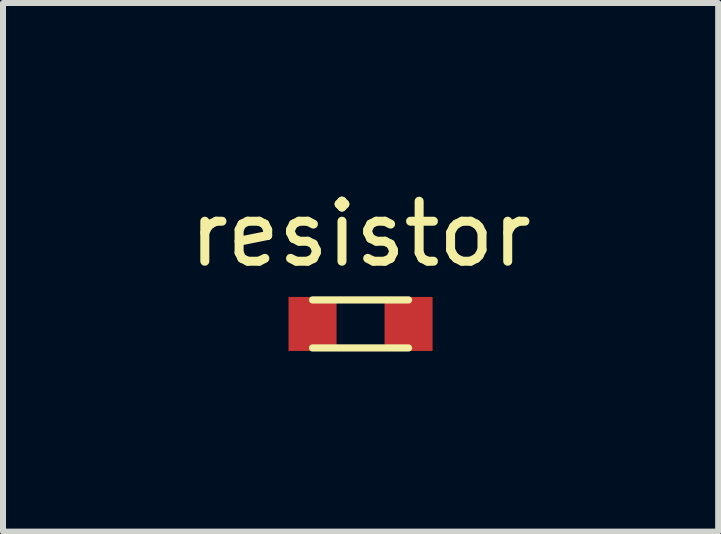
<source format=kicad_pcb>
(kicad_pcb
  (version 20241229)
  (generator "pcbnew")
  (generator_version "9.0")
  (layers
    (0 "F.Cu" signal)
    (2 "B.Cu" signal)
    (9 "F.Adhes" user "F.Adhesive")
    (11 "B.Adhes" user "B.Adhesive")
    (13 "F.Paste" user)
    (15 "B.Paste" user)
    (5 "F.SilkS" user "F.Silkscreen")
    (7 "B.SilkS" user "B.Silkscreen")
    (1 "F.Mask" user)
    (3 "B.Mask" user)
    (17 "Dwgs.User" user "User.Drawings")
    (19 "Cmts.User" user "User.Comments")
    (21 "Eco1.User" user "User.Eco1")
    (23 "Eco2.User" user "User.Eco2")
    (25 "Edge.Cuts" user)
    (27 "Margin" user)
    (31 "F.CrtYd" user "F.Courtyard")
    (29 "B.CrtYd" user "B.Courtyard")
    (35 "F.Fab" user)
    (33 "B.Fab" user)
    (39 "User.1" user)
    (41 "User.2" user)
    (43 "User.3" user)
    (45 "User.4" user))
  (footprint "resistor"
    (layer "F.Cu")
    (at 2.958 2.348)
    (property "Reference" "resistor" (at 0 -1.5 0) (layer "F.SilkS") (effects (font (size 1 1) (thickness 0.15))))
    (attr through_hole)
    (fp_line (start -0.8 -0.4) (end 0.8 -0.4) (stroke (width 0.12) (type solid)) (layer "F.SilkS"))
    (fp_line (start -0.8 0.4) (end 0.8 0.4) (stroke (width 0.12) (type solid)) (layer "F.SilkS"))
    (pad "1" smd rect (at -0.8 0) (size 0.8 0.9) (layers "F.Cu"))
    (pad "2" smd rect (at 0.8 0) (size 0.8 0.9) (layers "F.Cu")))
  (gr_rect
    (start -3 -3)
    (end 8.917 5.808)
    (stroke (width 0.1) (type default))
    (fill no)
    (layer "Edge.Cuts")))
</source>
